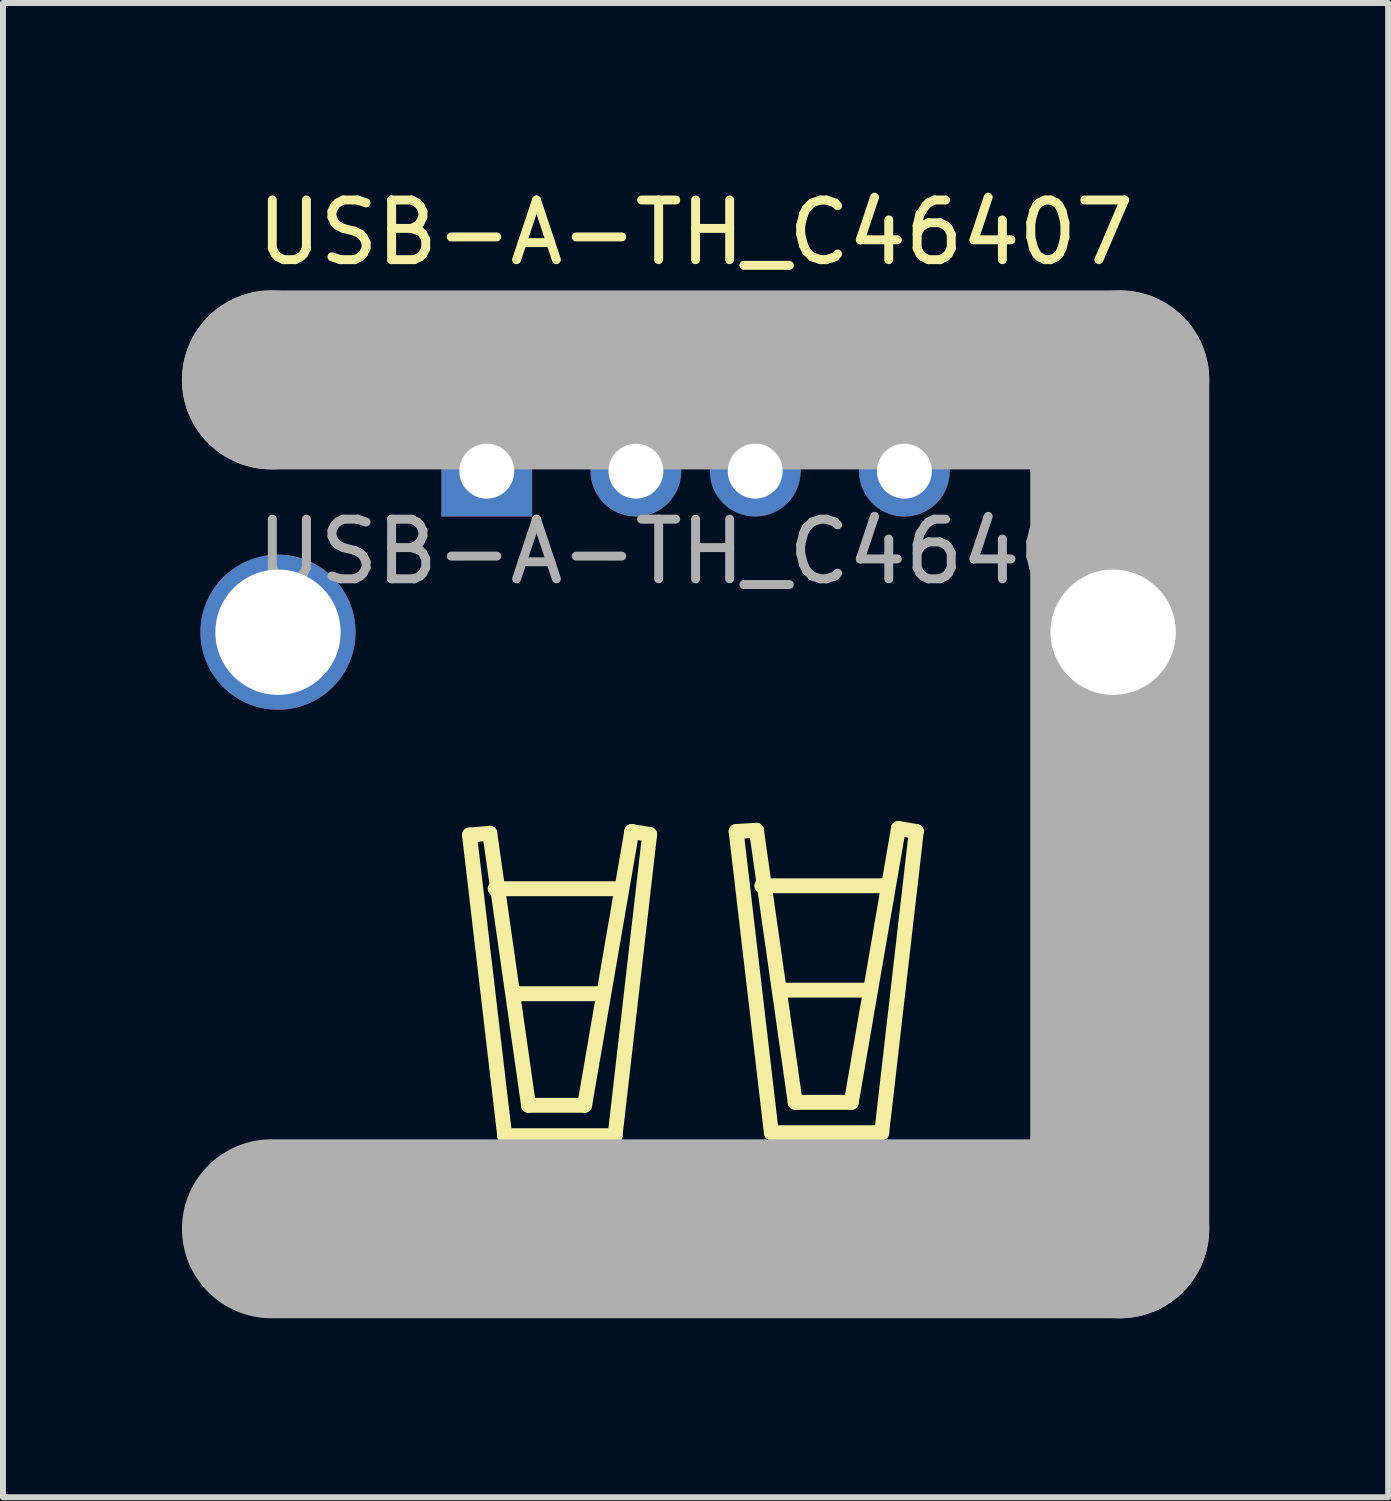
<source format=kicad_pcb>
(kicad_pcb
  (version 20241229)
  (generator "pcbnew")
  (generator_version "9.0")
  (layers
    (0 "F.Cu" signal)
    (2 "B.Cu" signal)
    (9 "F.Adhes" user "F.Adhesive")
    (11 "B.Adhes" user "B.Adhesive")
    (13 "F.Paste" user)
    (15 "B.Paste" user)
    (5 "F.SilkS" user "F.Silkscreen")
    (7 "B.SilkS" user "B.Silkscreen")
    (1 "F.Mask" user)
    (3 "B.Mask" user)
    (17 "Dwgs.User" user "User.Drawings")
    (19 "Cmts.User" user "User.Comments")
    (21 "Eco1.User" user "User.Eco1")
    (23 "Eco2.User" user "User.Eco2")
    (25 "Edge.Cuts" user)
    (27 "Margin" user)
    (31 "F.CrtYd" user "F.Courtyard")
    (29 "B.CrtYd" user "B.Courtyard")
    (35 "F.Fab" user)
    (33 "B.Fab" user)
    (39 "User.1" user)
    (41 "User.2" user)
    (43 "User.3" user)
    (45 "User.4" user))
  (footprint "USB-A-TH_C46407"
    (layer "F.Cu")
    (at 8.61 6.198)
    (property "Reference" "USB-A-TH_C46407" (at 0 -5.35 0) (layer "F.SilkS") (effects (font (size 1 1) (thickness 0.15))))
    (attr through_hole)
    (fp_line (start -3.79 4.75) (end -3.2 9.79) (stroke (width 0.25) (type solid)) (layer "F.SilkS"))
    (fp_line (start -3.45 4.72) (end -3.79 4.75) (stroke (width 0.25) (type solid)) (layer "F.SilkS"))
    (fp_line (start -3.36 5.65) (end -1.27 5.65) (stroke (width 0.25) (type solid)) (layer "F.SilkS"))
    (fp_line (start -3.2 9.79) (end -1.35 9.79) (stroke (width 0.25) (type solid)) (layer "F.SilkS"))
    (fp_line (start -3.03 7.41) (end -1.58 7.41) (stroke (width 0.25) (type solid)) (layer "F.SilkS"))
    (fp_line (start -2.8 9.28) (end -3.45 4.72) (stroke (width 0.25) (type solid)) (layer "F.SilkS"))
    (fp_line (start -1.86 9.28) (end -2.8 9.28) (stroke (width 0.25) (type solid)) (layer "F.SilkS"))
    (fp_line (start -1.35 9.79) (end -0.77 4.74) (stroke (width 0.25) (type solid)) (layer "F.SilkS"))
    (fp_line (start -1.07 4.69) (end -1.86 9.28) (stroke (width 0.25) (type solid)) (layer "F.SilkS"))
    (fp_line (start -0.77 4.74) (end -1.07 4.69) (stroke (width 0.25) (type solid)) (layer "F.SilkS"))
    (fp_line (start 0.68 4.69) (end 1.02 4.67) (stroke (width 0.25) (type solid)) (layer "F.SilkS"))
    (fp_line (start 1.02 4.67) (end 1.67 9.23) (stroke (width 0.25) (type solid)) (layer "F.SilkS"))
    (fp_line (start 1.11 5.6) (end 3.2 5.6) (stroke (width 0.25) (type solid)) (layer "F.SilkS"))
    (fp_line (start 1.27 9.74) (end 0.68 4.69) (stroke (width 0.25) (type solid)) (layer "F.SilkS"))
    (fp_line (start 1.44 7.35) (end 2.89 7.35) (stroke (width 0.25) (type solid)) (layer "F.SilkS"))
    (fp_line (start 1.67 9.23) (end 2.61 9.23) (stroke (width 0.25) (type solid)) (layer "F.SilkS"))
    (fp_line (start 2.61 9.23) (end 3.4 4.64) (stroke (width 0.25) (type solid)) (layer "F.SilkS"))
    (fp_line (start 3.12 9.74) (end 1.27 9.74) (stroke (width 0.25) (type solid)) (layer "F.SilkS"))
    (fp_line (start 3.4 4.64) (end 3.7 4.69) (stroke (width 0.25) (type solid)) (layer "F.SilkS"))
    (fp_line (start 3.7 4.69) (end 3.12 9.74) (stroke (width 0.25) (type solid)) (layer "F.SilkS"))
    (fp_line (start -7.11 -2.88) (end -7.11 -2.88) (stroke (width 3) (type solid)) (layer "F.Fab"))
    (fp_line (start -7.11 -2.88) (end 7.11 -2.88) (stroke (width 3) (type solid)) (layer "F.Fab"))
    (fp_line (start 7.11 -2.88) (end 7.11 11.35) (stroke (width 3) (type solid)) (layer "F.Fab"))
    (fp_line (start 7.11 11.35) (end -7.11 11.35) (stroke (width 3) (type solid)) (layer "F.Fab"))
    (fp_circle (center -8.3 -3.01) (end -8.27 -3.01) (stroke (width 0.06) (type solid)) (fill no) (layer "F.Fab"))
    (fp_circle (center -7 1.35) (end -6.52 1.35) (stroke (width 0.95) (type solid)) (fill no) (layer "F.Fab"))
    (fp_circle (center -3.5 -1.35) (end -3.32 -1.35) (stroke (width 0.36) (type solid)) (fill no) (layer "F.Fab"))
    (fp_circle (center -1 -1.35) (end -0.82 -1.35) (stroke (width 0.36) (type solid)) (fill no) (layer "F.Fab"))
    (fp_circle (center 1 -1.35) (end 1.18 -1.35) (stroke (width 0.36) (type solid)) (fill no) (layer "F.Fab"))
    (fp_circle (center 3.5 -1.35) (end 3.68 -1.35) (stroke (width 0.36) (type solid)) (fill no) (layer "F.Fab"))
    (fp_circle (center 7 1.35) (end 7.48 1.35) (stroke (width 0.95) (type solid)) (fill no) (layer "F.Fab"))
    (fp_text user "${REFERENCE}" (at 0 0 0) (layer "F.Fab") (effects (font (size 1 1) (thickness 0.15))))
    (pad "1" thru_hole rect (at -3.5 -1.35) (size 1.52 1.52) (drill 0.92) (layers "*.Cu" "*.Mask"))
    (pad "2" thru_hole circle (at -1 -1.35) (size 1.52 1.52) (drill 0.92) (layers "*.Cu" "*.Mask"))
    (pad "3" thru_hole circle (at 1 -1.35) (size 1.52 1.52) (drill 0.92) (layers "*.Cu" "*.Mask"))
    (pad "4" thru_hole circle (at 3.5 -1.35) (size 1.52 1.52) (drill 0.92) (layers "*.Cu" "*.Mask"))
    (pad "5" thru_hole circle (at 7 1.35) (size 2.6 2.6) (drill 2.1) (layers "*.Cu" "*.Mask"))
    (pad "6" thru_hole circle (at -7 1.35) (size 2.6 2.6) (drill 2.1) (layers "*.Cu" "*.Mask")))
  (gr_rect
    (start -3 -3)
    (end 20.22 22.048)
    (stroke (width 0.1) (type default))
    (fill no)
    (layer "Edge.Cuts")))
</source>
